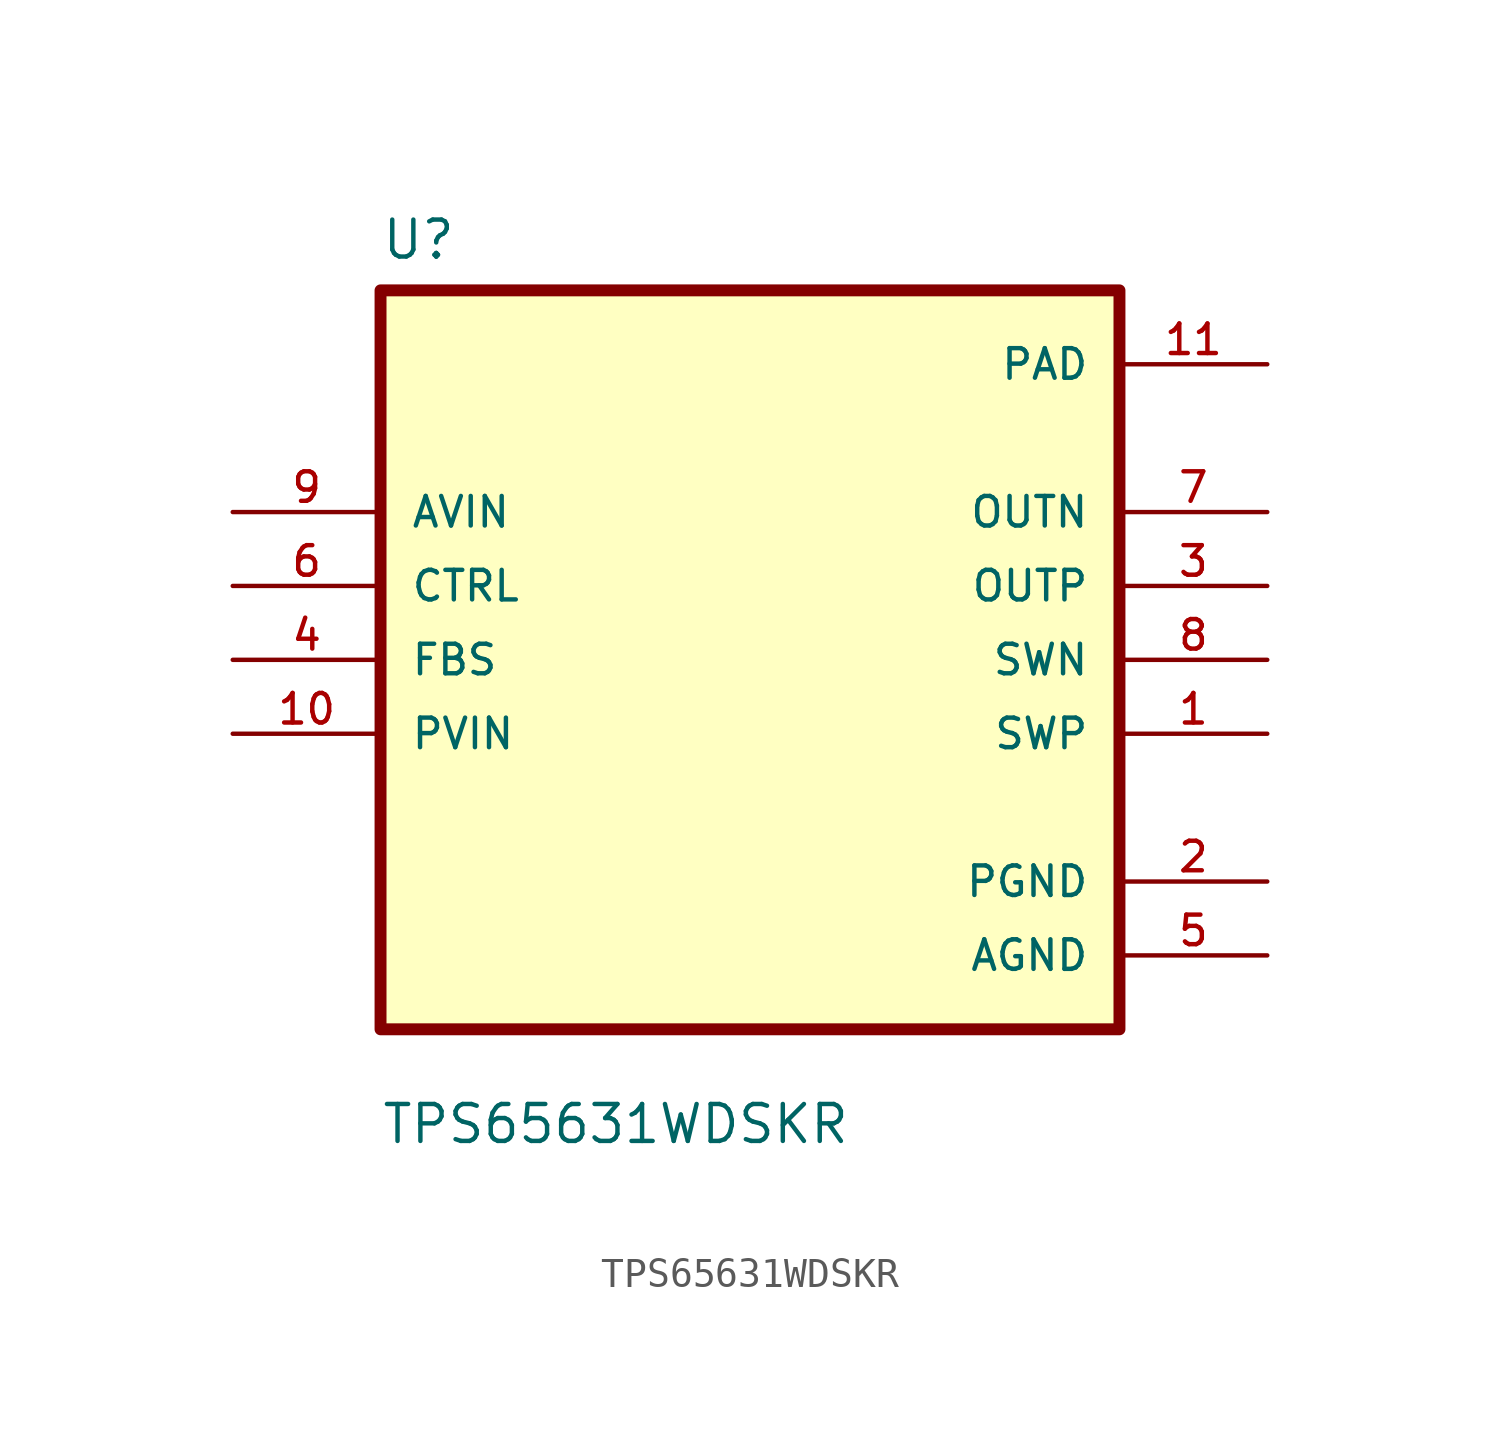
<source format=kicad_sym>
(kicad_symbol_lib
  (version 20211014)
  (generator kicad_symbol_editor)
  (symbol "TPS65631WDSKR"
    (pin_names
      (offset 1.016))
    (property "Reference" "U"
      (at -12.7 13.7 0.0)
      (effects (font (size 1.27 1.27)) (justify bottom left)))
    (property "Value" "TPS65631WDSKR"
      (at -12.7 -16.7 0.0)
      (effects (font (size 1.27 1.27)) (justify bottom left)))
    (symbol "TPS65631WDSKR_0_0"
      (rectangle (start -12.7 -12.7) (end 12.7 12.7) (stroke (width 0.41)) (fill (type background)))
      (pin input line (at -17.78 5.08 0) (length 5.08) (name "AVIN" (effects (font (size 1.016 1.016)))) (number "9" (effects (font (size 1.016 1.016)))))
      (pin input line (at -17.78 2.54 0) (length 5.08) (name "CTRL" (effects (font (size 1.016 1.016)))) (number "6" (effects (font (size 1.016 1.016)))))
      (pin input line (at -17.78 -8.88178e-16 0) (length 5.08) (name "FBS" (effects (font (size 1.016 1.016)))) (number "4" (effects (font (size 1.016 1.016)))))
      (pin input line (at -17.78 -2.54 0) (length 5.08) (name "PVIN" (effects (font (size 1.016 1.016)))) (number "10" (effects (font (size 1.016 1.016)))))
      (pin power_in line (at 17.78 10.16 180.0) (length 5.08) (name "PAD" (effects (font (size 1.016 1.016)))) (number "11" (effects (font (size 1.016 1.016)))))
      (pin output line (at 17.78 5.08 180.0) (length 5.08) (name "OUTN" (effects (font (size 1.016 1.016)))) (number "7" (effects (font (size 1.016 1.016)))))
      (pin output line (at 17.78 2.54 180.0) (length 5.08) (name "OUTP" (effects (font (size 1.016 1.016)))) (number "3" (effects (font (size 1.016 1.016)))))
      (pin output line (at 17.78 0.0 180.0) (length 5.08) (name "SWN" (effects (font (size 1.016 1.016)))) (number "8" (effects (font (size 1.016 1.016)))))
      (pin output line (at 17.78 -2.54 180.0) (length 5.08) (name "SWP" (effects (font (size 1.016 1.016)))) (number "1" (effects (font (size 1.016 1.016)))))
      (pin power_in line (at 17.78 -7.62 180.0) (length 5.08) (name "PGND" (effects (font (size 1.016 1.016)))) (number "2" (effects (font (size 1.016 1.016)))))
      (pin power_in line (at 17.78 -10.16 180.0) (length 5.08) (name "AGND" (effects (font (size 1.016 1.016)))) (number "5" (effects (font (size 1.016 1.016))))))))
</source>
